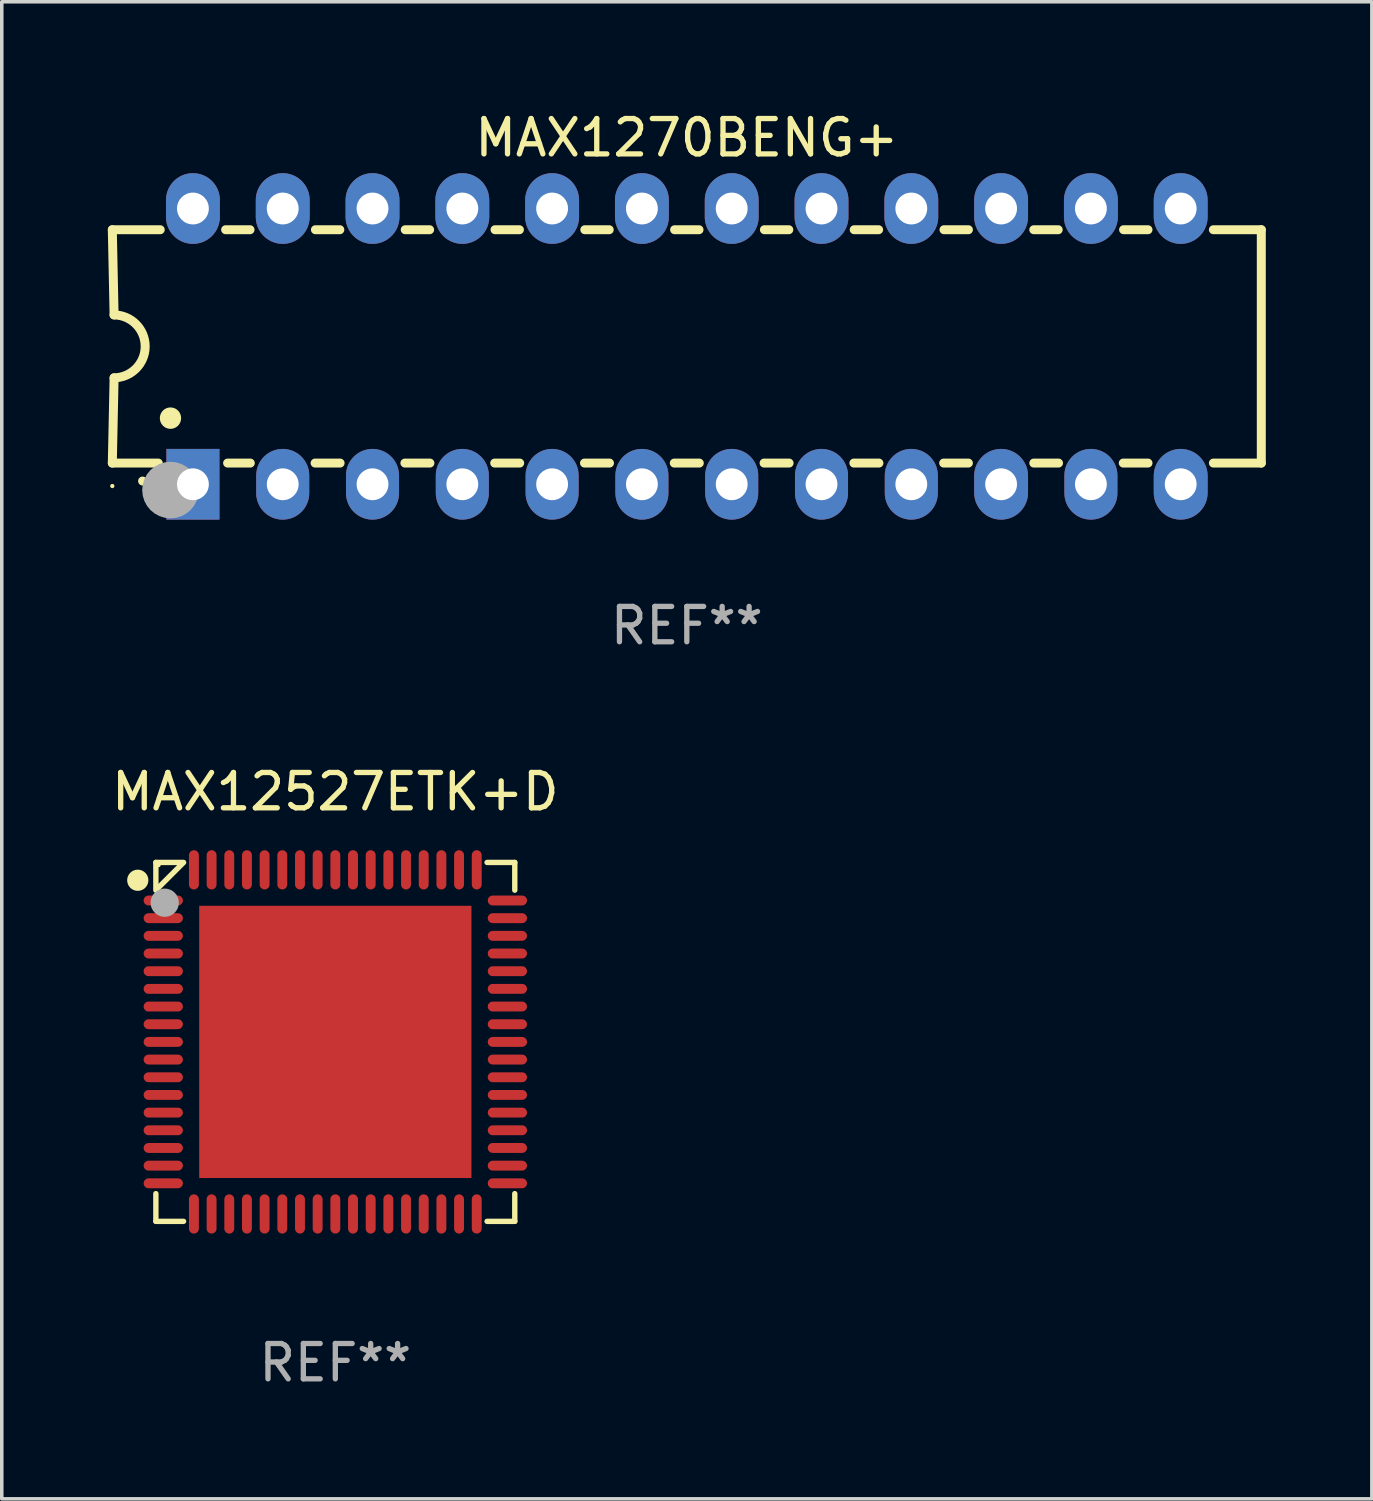
<source format=kicad_pcb>
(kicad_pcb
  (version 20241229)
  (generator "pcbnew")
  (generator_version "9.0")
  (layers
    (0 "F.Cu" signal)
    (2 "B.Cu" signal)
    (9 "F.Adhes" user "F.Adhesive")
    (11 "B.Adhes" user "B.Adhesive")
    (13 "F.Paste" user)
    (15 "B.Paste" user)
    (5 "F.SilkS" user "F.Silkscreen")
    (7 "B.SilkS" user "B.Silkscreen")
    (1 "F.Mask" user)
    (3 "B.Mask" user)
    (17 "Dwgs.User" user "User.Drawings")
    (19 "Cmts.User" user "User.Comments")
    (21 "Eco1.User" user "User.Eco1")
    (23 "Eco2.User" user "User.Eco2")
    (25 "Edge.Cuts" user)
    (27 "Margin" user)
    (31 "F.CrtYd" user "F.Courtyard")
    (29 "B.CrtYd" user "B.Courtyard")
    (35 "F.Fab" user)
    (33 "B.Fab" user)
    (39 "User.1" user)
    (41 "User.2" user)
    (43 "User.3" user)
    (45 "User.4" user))
  (footprint "MAX12527ETK+D"
    (layer "F.Cu")
    (at 6.435 26.421)
    (property "Reference" "MAX12527ETK+D" (at 0 -7.076 0) (layer "F.SilkS") (effects (font (size 1 1) (thickness 0.15))))
    (attr through_hole)
    (fp_line (start -5.076 -5.076) (end -4.292 -5.076) (stroke (width 0.152) (type solid)) (layer "F.SilkS"))
    (fp_line (start -5.076 -4.292) (end -5.076 -5.076) (stroke (width 0.152) (type solid)) (layer "F.SilkS"))
    (fp_line (start -5.076 4.292) (end -5.076 5.076) (stroke (width 0.152) (type solid)) (layer "F.SilkS"))
    (fp_line (start -5.076 5.076) (end -4.292 5.076) (stroke (width 0.152) (type solid)) (layer "F.SilkS"))
    (fp_line (start -5.049 -4.319) (end -4.319 -5.049) (stroke (width 0.152) (type solid)) (layer "F.SilkS"))
    (fp_line (start 5.076 -5.076) (end 4.292 -5.076) (stroke (width 0.152) (type solid)) (layer "F.SilkS"))
    (fp_line (start 5.076 -4.292) (end 5.076 -5.076) (stroke (width 0.152) (type solid)) (layer "F.SilkS"))
    (fp_line (start 5.076 4.292) (end 5.076 5.076) (stroke (width 0.152) (type solid)) (layer "F.SilkS"))
    (fp_line (start 5.076 5.076) (end 4.292 5.076) (stroke (width 0.152) (type solid)) (layer "F.SilkS"))
    (fp_circle (center -5.588 -4.572) (end -5.438 -4.572) (stroke (width 0.3) (type solid)) (fill no) (layer "F.SilkS"))
    (fp_circle (center -5 -5) (end -4.97 -5) (stroke (width 0.06) (type solid)) (fill no) (layer "F.SilkS"))
    (fp_circle (center -4.826 -3.937) (end -4.626 -3.937) (stroke (width 0.4) (type solid)) (fill no) (layer "F.Fab"))
    (fp_text user "REF**" (at 0 9.076 0) (layer "F.Fab") (effects (font (size 1 1) (thickness 0.15))))
    (pad "1" smd oval (at -4.867 -4) (size 1.11 0.28) (layers "F.Cu" "F.Mask" "F.Paste"))
    (pad "2" smd oval (at -4.867 -3.5) (size 1.11 0.28) (layers "F.Cu" "F.Mask" "F.Paste"))
    (pad "3" smd oval (at -4.867 -3) (size 1.11 0.28) (layers "F.Cu" "F.Mask" "F.Paste"))
    (pad "4" smd oval (at -4.867 -2.5) (size 1.11 0.28) (layers "F.Cu" "F.Mask" "F.Paste"))
    (pad "5" smd oval (at -4.867 -2) (size 1.11 0.28) (layers "F.Cu" "F.Mask" "F.Paste"))
    (pad "6" smd oval (at -4.867 -1.5) (size 1.11 0.28) (layers "F.Cu" "F.Mask" "F.Paste"))
    (pad "7" smd oval (at -4.867 -1) (size 1.11 0.28) (layers "F.Cu" "F.Mask" "F.Paste"))
    (pad "8" smd oval (at -4.867 -0.5) (size 1.11 0.28) (layers "F.Cu" "F.Mask" "F.Paste"))
    (pad "9" smd oval (at -4.867 0) (size 1.11 0.28) (layers "F.Cu" "F.Mask" "F.Paste"))
    (pad "10" smd oval (at -4.867 0.5) (size 1.11 0.28) (layers "F.Cu" "F.Mask" "F.Paste"))
    (pad "11" smd oval (at -4.867 1) (size 1.11 0.28) (layers "F.Cu" "F.Mask" "F.Paste"))
    (pad "12" smd oval (at -4.867 1.5) (size 1.11 0.28) (layers "F.Cu" "F.Mask" "F.Paste"))
    (pad "13" smd oval (at -4.867 2) (size 1.11 0.28) (layers "F.Cu" "F.Mask" "F.Paste"))
    (pad "14" smd oval (at -4.867 2.5) (size 1.11 0.28) (layers "F.Cu" "F.Mask" "F.Paste"))
    (pad "15" smd oval (at -4.867 3) (size 1.11 0.28) (layers "F.Cu" "F.Mask" "F.Paste"))
    (pad "16" smd oval (at -4.867 3.5) (size 1.11 0.28) (layers "F.Cu" "F.Mask" "F.Paste"))
    (pad "17" smd oval (at -4.867 4) (size 1.11 0.28) (layers "F.Cu" "F.Mask" "F.Paste"))
    (pad "18" smd oval (at -4 4.867) (size 0.28 1.11) (layers "F.Cu" "F.Mask" "F.Paste"))
    (pad "19" smd oval (at -3.5 4.867) (size 0.28 1.11) (layers "F.Cu" "F.Mask" "F.Paste"))
    (pad "20" smd oval (at -3 4.867) (size 0.28 1.11) (layers "F.Cu" "F.Mask" "F.Paste"))
    (pad "21" smd oval (at -2.5 4.867) (size 0.28 1.11) (layers "F.Cu" "F.Mask" "F.Paste"))
    (pad "22" smd oval (at -2 4.867) (size 0.28 1.11) (layers "F.Cu" "F.Mask" "F.Paste"))
    (pad "23" smd oval (at -1.5 4.867) (size 0.28 1.11) (layers "F.Cu" "F.Mask" "F.Paste"))
    (pad "24" smd oval (at -1 4.867) (size 0.28 1.11) (layers "F.Cu" "F.Mask" "F.Paste"))
    (pad "25" smd oval (at -0.5 4.867) (size 0.28 1.11) (layers "F.Cu" "F.Mask" "F.Paste"))
    (pad "26" smd oval (at 0 4.867) (size 0.28 1.11) (layers "F.Cu" "F.Mask" "F.Paste"))
    (pad "27" smd oval (at 0.5 4.867) (size 0.28 1.11) (layers "F.Cu" "F.Mask" "F.Paste"))
    (pad "28" smd oval (at 1 4.867) (size 0.28 1.11) (layers "F.Cu" "F.Mask" "F.Paste"))
    (pad "29" smd oval (at 1.5 4.867) (size 0.28 1.11) (layers "F.Cu" "F.Mask" "F.Paste"))
    (pad "30" smd oval (at 2 4.867) (size 0.28 1.11) (layers "F.Cu" "F.Mask" "F.Paste"))
    (pad "31" smd oval (at 2.5 4.867) (size 0.28 1.11) (layers "F.Cu" "F.Mask" "F.Paste"))
    (pad "32" smd oval (at 3 4.867) (size 0.28 1.11) (layers "F.Cu" "F.Mask" "F.Paste"))
    (pad "33" smd oval (at 3.5 4.867) (size 0.28 1.11) (layers "F.Cu" "F.Mask" "F.Paste"))
    (pad "34" smd oval (at 4 4.867) (size 0.28 1.11) (layers "F.Cu" "F.Mask" "F.Paste"))
    (pad "35" smd oval (at 4.867 4) (size 1.11 0.28) (layers "F.Cu" "F.Mask" "F.Paste"))
    (pad "36" smd oval (at 4.867 3.5) (size 1.11 0.28) (layers "F.Cu" "F.Mask" "F.Paste"))
    (pad "37" smd oval (at 4.867 3) (size 1.11 0.28) (layers "F.Cu" "F.Mask" "F.Paste"))
    (pad "38" smd oval (at 4.867 2.5) (size 1.11 0.28) (layers "F.Cu" "F.Mask" "F.Paste"))
    (pad "39" smd oval (at 4.867 2) (size 1.11 0.28) (layers "F.Cu" "F.Mask" "F.Paste"))
    (pad "40" smd oval (at 4.867 1.5) (size 1.11 0.28) (layers "F.Cu" "F.Mask" "F.Paste"))
    (pad "41" smd oval (at 4.867 1) (size 1.11 0.28) (layers "F.Cu" "F.Mask" "F.Paste"))
    (pad "42" smd oval (at 4.867 0.5) (size 1.11 0.28) (layers "F.Cu" "F.Mask" "F.Paste"))
    (pad "43" smd oval (at 4.867 0) (size 1.11 0.28) (layers "F.Cu" "F.Mask" "F.Paste"))
    (pad "44" smd oval (at 4.867 -0.5) (size 1.11 0.28) (layers "F.Cu" "F.Mask" "F.Paste"))
    (pad "45" smd oval (at 4.867 -1) (size 1.11 0.28) (layers "F.Cu" "F.Mask" "F.Paste"))
    (pad "46" smd oval (at 4.867 -1.5) (size 1.11 0.28) (layers "F.Cu" "F.Mask" "F.Paste"))
    (pad "47" smd oval (at 4.867 -2) (size 1.11 0.28) (layers "F.Cu" "F.Mask" "F.Paste"))
    (pad "48" smd oval (at 4.867 -2.5) (size 1.11 0.28) (layers "F.Cu" "F.Mask" "F.Paste"))
    (pad "49" smd oval (at 4.867 -3) (size 1.11 0.28) (layers "F.Cu" "F.Mask" "F.Paste"))
    (pad "50" smd oval (at 4.867 -3.5) (size 1.11 0.28) (layers "F.Cu" "F.Mask" "F.Paste"))
    (pad "51" smd oval (at 4.867 -4) (size 1.11 0.28) (layers "F.Cu" "F.Mask" "F.Paste"))
    (pad "52" smd oval (at 4 -4.867) (size 0.28 1.11) (layers "F.Cu" "F.Mask" "F.Paste"))
    (pad "53" smd oval (at 3.5 -4.867) (size 0.28 1.11) (layers "F.Cu" "F.Mask" "F.Paste"))
    (pad "54" smd oval (at 3 -4.867) (size 0.28 1.11) (layers "F.Cu" "F.Mask" "F.Paste"))
    (pad "55" smd oval (at 2.5 -4.867) (size 0.28 1.11) (layers "F.Cu" "F.Mask" "F.Paste"))
    (pad "56" smd oval (at 2 -4.867) (size 0.28 1.11) (layers "F.Cu" "F.Mask" "F.Paste"))
    (pad "57" smd oval (at 1.5 -4.867) (size 0.28 1.11) (layers "F.Cu" "F.Mask" "F.Paste"))
    (pad "58" smd oval (at 1 -4.867) (size 0.28 1.11) (layers "F.Cu" "F.Mask" "F.Paste"))
    (pad "59" smd oval (at 0.5 -4.867) (size 0.28 1.11) (layers "F.Cu" "F.Mask" "F.Paste"))
    (pad "60" smd oval (at 0 -4.867) (size 0.28 1.11) (layers "F.Cu" "F.Mask" "F.Paste"))
    (pad "61" smd oval (at -0.5 -4.867) (size 0.28 1.11) (layers "F.Cu" "F.Mask" "F.Paste"))
    (pad "62" smd oval (at -1 -4.867) (size 0.28 1.11) (layers "F.Cu" "F.Mask" "F.Paste"))
    (pad "63" smd oval (at -1.5 -4.867) (size 0.28 1.11) (layers "F.Cu" "F.Mask" "F.Paste"))
    (pad "64" smd oval (at -2 -4.867) (size 0.28 1.11) (layers "F.Cu" "F.Mask" "F.Paste"))
    (pad "65" smd oval (at -2.5 -4.867) (size 0.28 1.11) (layers "F.Cu" "F.Mask" "F.Paste"))
    (pad "66" smd oval (at -3 -4.867) (size 0.28 1.11) (layers "F.Cu" "F.Mask" "F.Paste"))
    (pad "67" smd oval (at -3.5 -4.867) (size 0.28 1.11) (layers "F.Cu" "F.Mask" "F.Paste"))
    (pad "68" smd oval (at -4 -4.867) (size 0.28 1.11) (layers "F.Cu" "F.Mask" "F.Paste"))
    (pad "69" smd rect (at 0 0) (size 7.7 7.7) (layers "F.Cu" "F.Mask" "F.Paste")))
  (footprint "MAX1270BENG+"
    (layer "F.Cu")
    (at 16.377 6.748)
    (property "Reference" "MAX1270BENG+" (at 0 -5.9 0) (layer "F.SilkS") (effects (font (size 1 1) (thickness 0.15))))
    (attr through_hole)
    (fp_line (start -16.25 -3.3) (end -16.2 -0.889) (stroke (width 0.254) (type solid)) (layer "F.SilkS"))
    (fp_line (start -16.25 -3.3) (end -14.895 -3.3) (stroke (width 0.254) (type solid)) (layer "F.SilkS"))
    (fp_line (start -16.25 3.3) (end -16.2 0.889) (stroke (width 0.254) (type solid)) (layer "F.SilkS"))
    (fp_line (start -16.25 3.3) (end -14.951 3.3) (stroke (width 0.254) (type solid)) (layer "F.SilkS"))
    (fp_line (start -13.045 -3.3) (end -12.355 -3.3) (stroke (width 0.254) (type solid)) (layer "F.SilkS"))
    (fp_line (start -12.989 3.3) (end -12.347 3.3) (stroke (width 0.254) (type solid)) (layer "F.SilkS"))
    (fp_line (start -10.514 3.3) (end -9.807 3.3) (stroke (width 0.254) (type solid)) (layer "F.SilkS"))
    (fp_line (start -10.505 -3.3) (end -9.815 -3.3) (stroke (width 0.254) (type solid)) (layer "F.SilkS"))
    (fp_line (start -7.974 3.3) (end -7.267 3.3) (stroke (width 0.254) (type solid)) (layer "F.SilkS"))
    (fp_line (start -7.965 -3.3) (end -7.275 -3.3) (stroke (width 0.254) (type solid)) (layer "F.SilkS"))
    (fp_line (start -5.434 3.3) (end -4.727 3.3) (stroke (width 0.254) (type solid)) (layer "F.SilkS"))
    (fp_line (start -5.425 -3.3) (end -4.735 -3.3) (stroke (width 0.254) (type solid)) (layer "F.SilkS"))
    (fp_line (start -2.894 3.3) (end -2.187 3.3) (stroke (width 0.254) (type solid)) (layer "F.SilkS"))
    (fp_line (start -2.885 -3.3) (end -2.195 -3.3) (stroke (width 0.254) (type solid)) (layer "F.SilkS"))
    (fp_line (start -0.354 3.3) (end 0.353 3.3) (stroke (width 0.254) (type solid)) (layer "F.SilkS"))
    (fp_line (start -0.345 -3.3) (end 0.345 -3.3) (stroke (width 0.254) (type solid)) (layer "F.SilkS"))
    (fp_line (start 2.186 3.3) (end 2.893 3.3) (stroke (width 0.254) (type solid)) (layer "F.SilkS"))
    (fp_line (start 2.195 -3.3) (end 2.885 -3.3) (stroke (width 0.254) (type solid)) (layer "F.SilkS"))
    (fp_line (start 4.726 3.3) (end 5.434 3.3) (stroke (width 0.254) (type solid)) (layer "F.SilkS"))
    (fp_line (start 4.735 -3.3) (end 5.425 -3.3) (stroke (width 0.254) (type solid)) (layer "F.SilkS"))
    (fp_line (start 7.266 3.3) (end 7.965 3.3) (stroke (width 0.254) (type solid)) (layer "F.SilkS"))
    (fp_line (start 7.275 -3.3) (end 7.965 -3.3) (stroke (width 0.254) (type solid)) (layer "F.SilkS"))
    (fp_line (start 9.815 -3.3) (end 10.505 -3.3) (stroke (width 0.254) (type solid)) (layer "F.SilkS"))
    (fp_line (start 9.815 3.3) (end 10.514 3.3) (stroke (width 0.254) (type solid)) (layer "F.SilkS"))
    (fp_line (start 12.346 3.3) (end 13.045 3.3) (stroke (width 0.254) (type solid)) (layer "F.SilkS"))
    (fp_line (start 12.355 -3.3) (end 13.045 -3.3) (stroke (width 0.254) (type solid)) (layer "F.SilkS"))
    (fp_line (start 16.25 -3.3) (end 14.895 -3.3) (stroke (width 0.254) (type solid)) (layer "F.SilkS"))
    (fp_line (start 16.25 -3.3) (end 16.25 3.3) (stroke (width 0.254) (type solid)) (layer "F.SilkS"))
    (fp_line (start 16.25 3.3) (end 14.895 3.3) (stroke (width 0.254) (type solid)) (layer "F.SilkS"))
    (fp_arc (start -16.201016 -0.890146) (mid -15.311429 -0.001055) (end -16.200025 0.889027) (stroke (width 0.254001) (type solid)) (layer "F.SilkS"))
    (fp_arc (start -15.394971 3.810033) (mid -15.394978 3.808763) (end -15.394971 3.807493) (stroke (width 0.25) (type solid)) (layer "F.SilkS"))
    (fp_arc (start -14.605029 2.032029) (mid -14.60504 2.029489) (end -14.605029 2.026949) (stroke (width 0.6) (type solid)) (layer "F.SilkS"))
    (fp_circle (center -16.25 3.95) (end -16.22 3.95) (stroke (width 0.06) (type solid)) (fill no) (layer "F.SilkS"))
    (fp_circle (center -14.605 4.064) (end -14.205 4.064) (stroke (width 0.8) (type solid)) (fill no) (layer "F.Fab"))
    (fp_text user "REF**" (at 0 7.9 0) (layer "F.Fab") (effects (font (size 1 1) (thickness 0.15))))
    (pad "1" thru_hole rect (at -13.97 3.9 90) (size 2 1.5) (drill 0.9) (layers "*.Cu" "*.Mask"))
    (pad "2" thru_hole oval (at -11.43 3.9 90) (size 2 1.5) (drill 0.9) (layers "*.Cu" "*.Mask"))
    (pad "3" thru_hole oval (at -8.89 3.9 90) (size 2 1.5) (drill 0.9) (layers "*.Cu" "*.Mask"))
    (pad "4" thru_hole oval (at -6.35 3.9 90) (size 2 1.5) (drill 0.9) (layers "*.Cu" "*.Mask"))
    (pad "5" thru_hole oval (at -3.81 3.9 90) (size 2 1.5) (drill 0.9) (layers "*.Cu" "*.Mask"))
    (pad "6" thru_hole oval (at -1.27 3.9 90) (size 2 1.5) (drill 0.9) (layers "*.Cu" "*.Mask"))
    (pad "7" thru_hole oval (at 1.27 3.9 90) (size 2 1.5) (drill 0.9) (layers "*.Cu" "*.Mask"))
    (pad "8" thru_hole oval (at 3.81 3.9 90) (size 2 1.5) (drill 0.9) (layers "*.Cu" "*.Mask"))
    (pad "9" thru_hole oval (at 6.35 3.9 90) (size 2 1.5) (drill 0.9) (layers "*.Cu" "*.Mask"))
    (pad "10" thru_hole oval (at 8.89 3.9 90) (size 2 1.524) (drill 0.9) (layers "*.Cu" "*.Mask"))
    (pad "11" thru_hole oval (at 11.43 3.9 90) (size 2 1.5) (drill 0.9) (layers "*.Cu" "*.Mask"))
    (pad "12" thru_hole oval (at 13.97 3.9 90) (size 2 1.524) (drill 0.9) (layers "*.Cu" "*.Mask"))
    (pad "13" thru_hole oval (at 13.97 -3.9 90) (size 2 1.524) (drill 0.9) (layers "*.Cu" "*.Mask"))
    (pad "14" thru_hole oval (at 11.43 -3.9 90) (size 2 1.524) (drill 0.9) (layers "*.Cu" "*.Mask"))
    (pad "15" thru_hole oval (at 8.89 -3.9 90) (size 2 1.524) (drill 0.9) (layers "*.Cu" "*.Mask"))
    (pad "16" thru_hole oval (at 6.35 -3.9 90) (size 2 1.524) (drill 0.9) (layers "*.Cu" "*.Mask"))
    (pad "17" thru_hole oval (at 3.81 -3.9 90) (size 2 1.524) (drill 0.9) (layers "*.Cu" "*.Mask"))
    (pad "18" thru_hole oval (at 1.27 -3.9 90) (size 2 1.524) (drill 0.9) (layers "*.Cu" "*.Mask"))
    (pad "19" thru_hole oval (at -1.27 -3.9 90) (size 2 1.524) (drill 0.9) (layers "*.Cu" "*.Mask"))
    (pad "20" thru_hole oval (at -3.81 -3.9 90) (size 2 1.524) (drill 0.9) (layers "*.Cu" "*.Mask"))
    (pad "21" thru_hole oval (at -6.35 -3.9 90) (size 2 1.524) (drill 0.9) (layers "*.Cu" "*.Mask"))
    (pad "22" thru_hole oval (at -8.89 -3.9 90) (size 2 1.524) (drill 0.9) (layers "*.Cu" "*.Mask"))
    (pad "23" thru_hole oval (at -11.43 -3.9 90) (size 2 1.524) (drill 0.9) (layers "*.Cu" "*.Mask"))
    (pad "24" thru_hole oval (at -13.97 -3.9 90) (size 2 1.524) (drill 0.9) (layers "*.Cu" "*.Mask")))
  (gr_rect
    (start -3 -3)
    (end 35.754 39.346)
    (stroke (width 0.1) (type default))
    (fill no)
    (layer "Edge.Cuts")))
</source>
